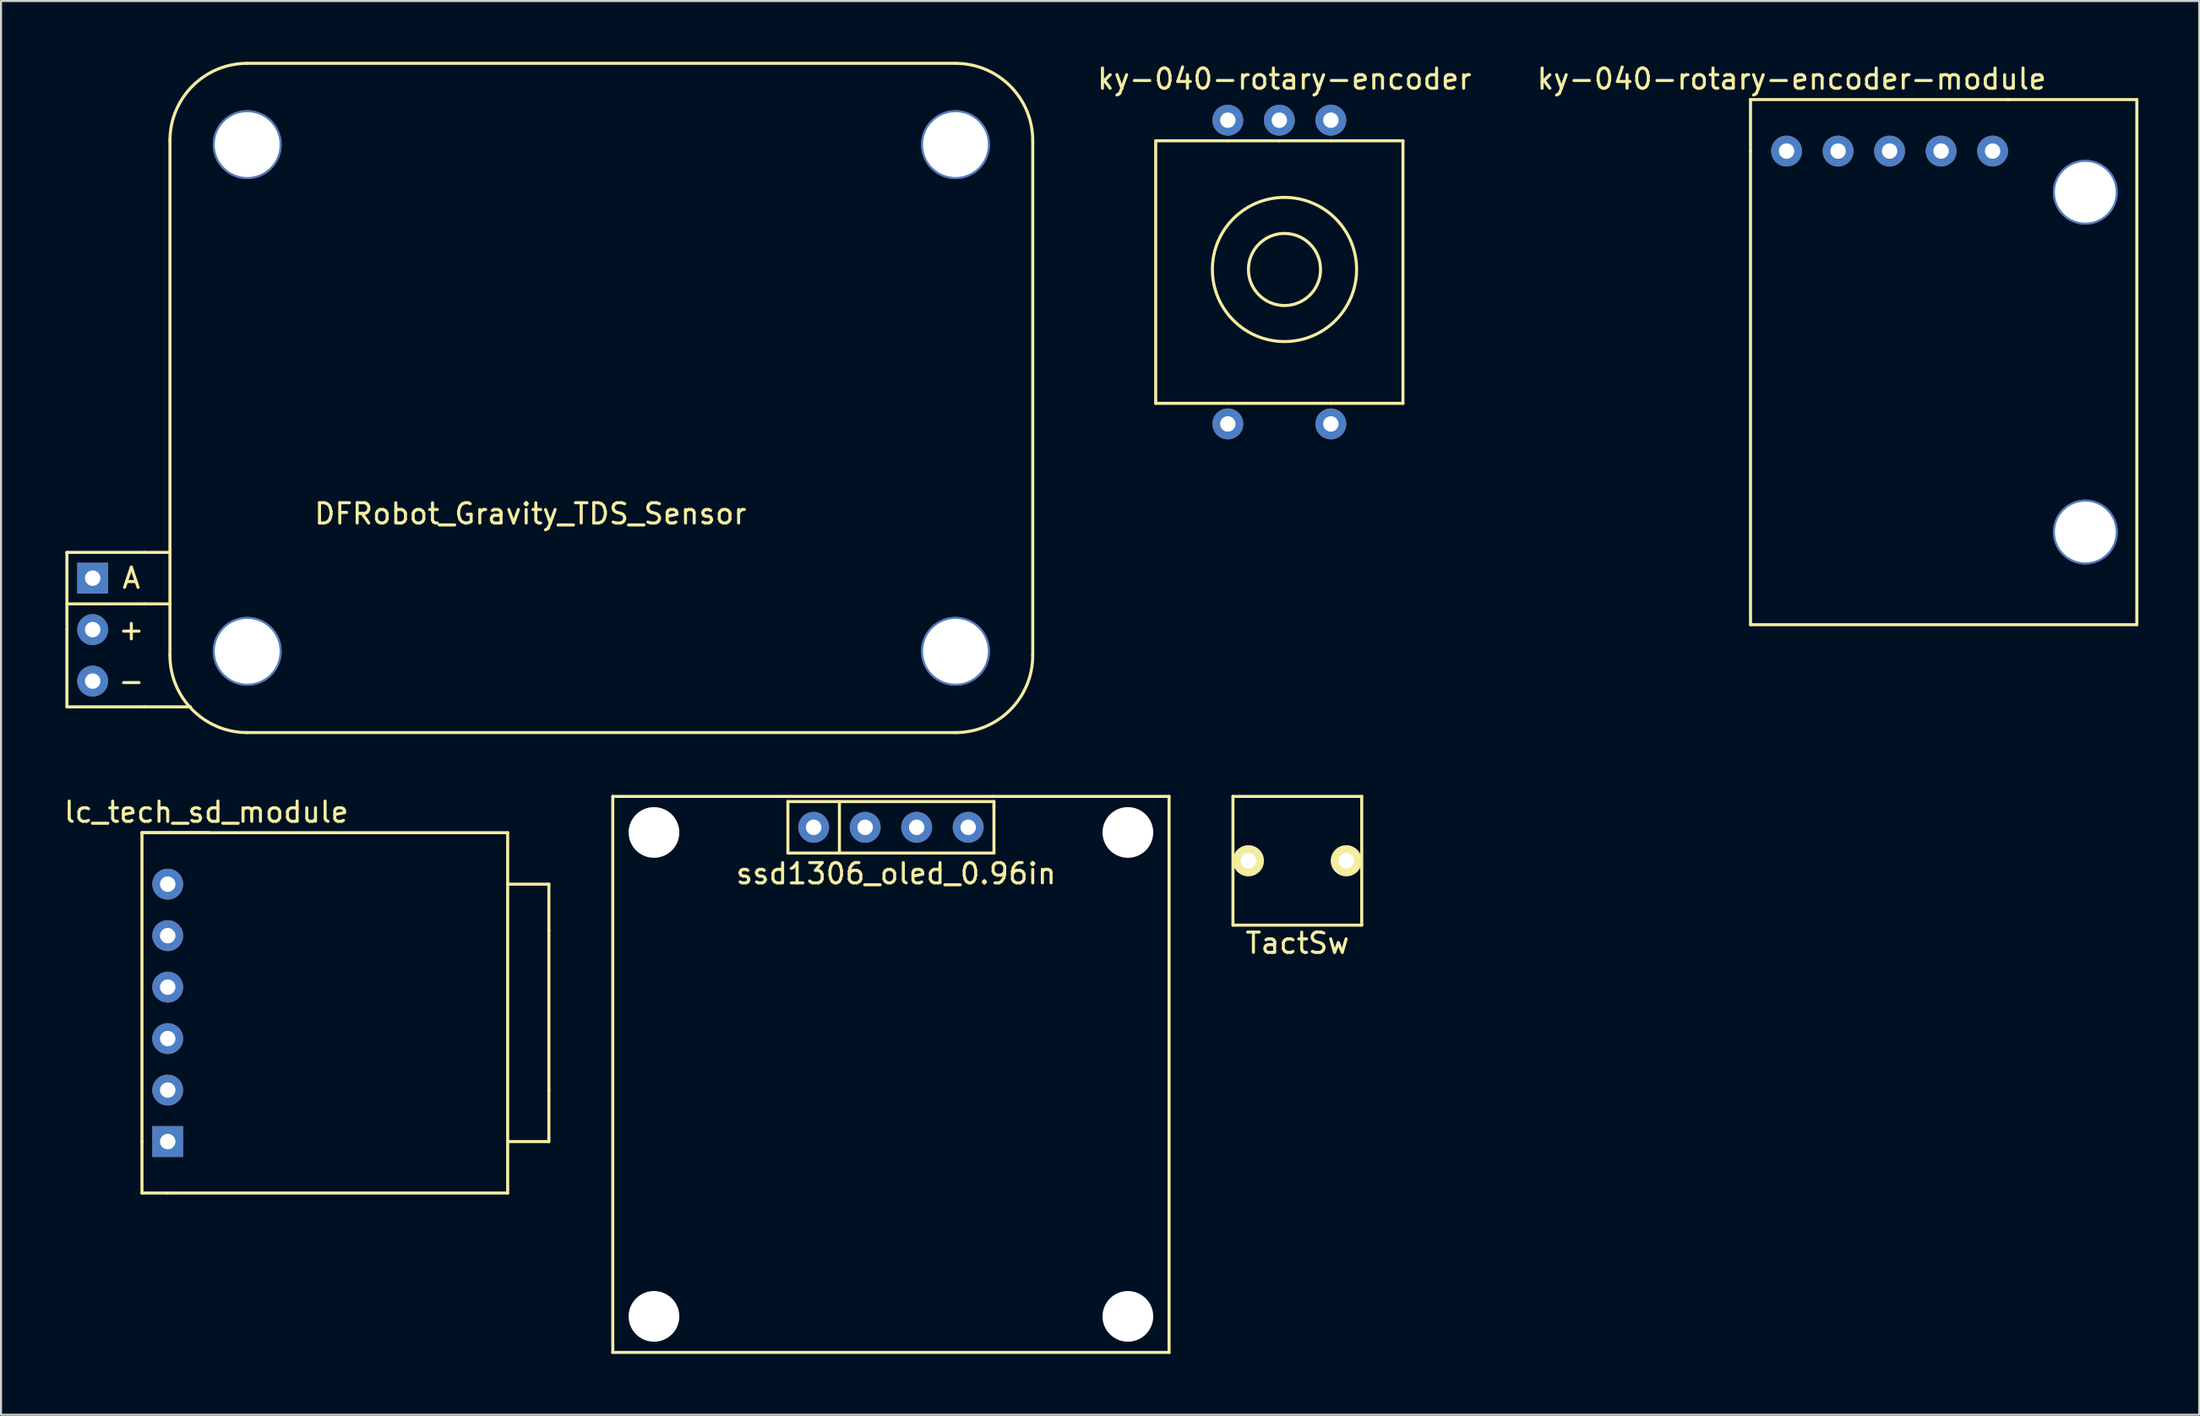
<source format=kicad_pcb>
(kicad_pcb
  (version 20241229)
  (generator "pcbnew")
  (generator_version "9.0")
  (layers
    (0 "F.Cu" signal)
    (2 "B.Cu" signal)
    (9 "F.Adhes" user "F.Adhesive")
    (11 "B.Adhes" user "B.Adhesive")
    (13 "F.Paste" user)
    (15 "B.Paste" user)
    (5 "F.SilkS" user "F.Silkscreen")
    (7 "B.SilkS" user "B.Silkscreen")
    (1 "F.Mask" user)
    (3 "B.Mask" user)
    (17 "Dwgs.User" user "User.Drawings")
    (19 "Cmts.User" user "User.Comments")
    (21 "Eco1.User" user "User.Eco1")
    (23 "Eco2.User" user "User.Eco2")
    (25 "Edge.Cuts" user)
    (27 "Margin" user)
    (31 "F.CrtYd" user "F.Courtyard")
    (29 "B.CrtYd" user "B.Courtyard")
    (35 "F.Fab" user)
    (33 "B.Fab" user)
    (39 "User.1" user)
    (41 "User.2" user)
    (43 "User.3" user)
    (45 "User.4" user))
  (footprint "ky-040-rotary-encoder"
    (layer "F.Cu")
    (at 57.495 2.88)
    (property "Reference" "ky-040-rotary-encoder" (at 2.794 -2.032 0) (layer "F.SilkS") (effects (font (size 1 1) (thickness 0.15))))
    (attr through_hole)
    (fp_line (start -3.556 1.016) (end -3.556 13.97) (stroke (width 0.15) (type solid)) (layer "F.SilkS"))
    (fp_line (start -3.556 1.016) (end 0 1.016) (stroke (width 0.15) (type solid)) (layer "F.SilkS"))
    (fp_line (start -3.556 13.97) (end 0 13.97) (stroke (width 0.15) (type solid)) (layer "F.SilkS"))
    (fp_line (start 2.54 1.016) (end 0 1.016) (stroke (width 0.15) (type solid)) (layer "F.SilkS"))
    (fp_line (start 2.54 1.016) (end 5.08 1.016) (stroke (width 0.15) (type solid)) (layer "F.SilkS"))
    (fp_line (start 5.08 13.97) (end 0 13.97) (stroke (width 0.15) (type solid)) (layer "F.SilkS"))
    (fp_line (start 8.636 1.016) (end 5.08 1.016) (stroke (width 0.15) (type solid)) (layer "F.SilkS"))
    (fp_line (start 8.636 1.016) (end 8.636 13.97) (stroke (width 0.15) (type solid)) (layer "F.SilkS"))
    (fp_line (start 8.636 13.97) (end 5.08 13.97) (stroke (width 0.15) (type solid)) (layer "F.SilkS"))
    (fp_circle (center 2.794 7.366) (end 2.794 9.144) (stroke (width 0.15) (type solid)) (fill no) (layer "F.SilkS"))
    (fp_circle (center 2.794 7.366) (end 2.794 10.922) (stroke (width 0.15) (type solid)) (fill no) (layer "F.SilkS"))
    (pad "1" thru_hole circle (at 0 0) (size 1.524 1.524) (drill 0.76) (layers "*.Cu" "*.Mask"))
    (pad "2" thru_hole circle (at 2.54 0) (size 1.524 1.524) (drill 0.76) (layers "*.Cu" "*.Mask"))
    (pad "3" thru_hole circle (at 5.08 0) (size 1.524 1.524) (drill 0.76) (layers "*.Cu" "*.Mask"))
    (pad "4" thru_hole circle (at 0 14.986) (size 1.524 1.524) (drill 0.76) (layers "*.Cu" "*.Mask"))
    (pad "5" thru_hole circle (at 5.08 14.986) (size 1.524 1.524) (drill 0.76) (layers "*.Cu" "*.Mask")))
  (footprint "DFRobot_Gravity_TDS_Sensor"
    (layer "F.Cu")
    (at 0.25 16.585)
    (property "Reference" "DFRobot_Gravity_TDS_Sensor" (at 22.86 5.715 0) (layer "F.SilkS") (effects (font (size 1 1) (thickness 0.15))))
    (attr through_hole)
    (fp_line (start 0 7.62) (end 3.81 7.62) (stroke (width 0.15) (type solid)) (layer "F.SilkS"))
    (fp_line (start 0 10.16) (end 3.81 10.16) (stroke (width 0.15) (type solid)) (layer "F.SilkS"))
    (fp_line (start 0 11.43) (end 0 7.62) (stroke (width 0.15) (type solid)) (layer "F.SilkS"))
    (fp_line (start 0 11.43) (end 0 15.24) (stroke (width 0.15) (type solid)) (layer "F.SilkS"))
    (fp_line (start 0 15.24) (end 3.81 15.24) (stroke (width 0.15) (type solid)) (layer "F.SilkS"))
    (fp_line (start 3.81 7.62) (end 5.08 7.62) (stroke (width 0.15) (type solid)) (layer "F.SilkS"))
    (fp_line (start 3.81 10.16) (end 5.08 10.16) (stroke (width 0.15) (type solid)) (layer "F.SilkS"))
    (fp_line (start 3.81 15.24) (end 6.096 15.24) (stroke (width 0.15) (type solid)) (layer "F.SilkS"))
    (fp_line (start 5.08 -12.7) (end 5.08 12.7) (stroke (width 0.15) (type solid)) (layer "F.SilkS"))
    (fp_line (start 8.89 -16.51) (end 43.815 -16.51) (stroke (width 0.15) (type solid)) (layer "F.SilkS"))
    (fp_line (start 8.89 16.51) (end 43.815 16.51) (stroke (width 0.15) (type solid)) (layer "F.SilkS"))
    (fp_line (start 47.625 12.7) (end 47.625 -12.7) (stroke (width 0.15) (type solid)) (layer "F.SilkS"))
    (fp_arc (start 5.08 -12.7) (mid 6.195923 -15.394077) (end 8.89 -16.51) (stroke (width 0.15) (type solid)) (layer "F.SilkS"))
    (fp_arc (start 8.89 16.51) (mid 6.195923 15.394077) (end 5.08 12.7) (stroke (width 0.15) (type solid)) (layer "F.SilkS"))
    (fp_arc (start 43.815 -16.51) (mid 46.509077 -15.394077) (end 47.625 -12.7) (stroke (width 0.15) (type solid)) (layer "F.SilkS"))
    (fp_arc (start 47.625 12.7) (mid 46.509077 15.394077) (end 43.815 16.51) (stroke (width 0.15) (type solid)) (layer "F.SilkS"))
    (fp_text user "-" (at 3.175 13.97 0) (layer "F.SilkS") (effects (font (size 1 1) (thickness 0.15))))
    (fp_text user "+" (at 3.175 11.43 0) (layer "F.SilkS") (effects (font (size 1 1) (thickness 0.15))))
    (fp_text user "A" (at 3.175 8.89 0) (layer "F.SilkS") (effects (font (size 1 1) (thickness 0.15))))
    (pad "" np_thru_hole circle (at 8.89 -12.5) (size 3.4 3.4) (drill 3.2) (layers "*.Cu" "*.Mask"))
    (pad "" np_thru_hole circle (at 8.89 12.5) (size 3.4 3.4) (drill 3.2) (layers "*.Cu" "*.Mask"))
    (pad "" np_thru_hole circle (at 43.815 -12.5) (size 3.4 3.4) (drill 3.2) (layers "*.Cu" "*.Mask"))
    (pad "" np_thru_hole circle (at 43.815 12.5) (size 3.4 3.4) (drill 3.2) (layers "*.Cu" "*.Mask"))
    (pad "1" thru_hole rect (at 1.27 8.89) (size 1.524 1.524) (drill 0.762) (layers "*.Cu" "*.Mask"))
    (pad "2" thru_hole circle (at 1.27 11.43) (size 1.524 1.524) (drill 0.762) (layers "*.Cu" "*.Mask"))
    (pad "3" thru_hole circle (at 1.27 13.97) (size 1.524 1.524) (drill 0.762) (layers "*.Cu" "*.Mask")))
  (footprint "TactSw"
    (layer "F.Cu")
    (at 60.923 39.42)
    (property "Reference" "TactSw" (at 0 4.064 0) (layer "F.SilkS") (effects (font (size 1 1) (thickness 0.15))))
    (attr through_hole)
    (fp_line (start -3.175 -3.175) (end 3.175 -3.175) (stroke (width 0.15) (type solid)) (layer "F.SilkS"))
    (fp_line (start -3.175 3.175) (end -3.175 -3.175) (stroke (width 0.15) (type solid)) (layer "F.SilkS"))
    (fp_line (start 3.175 -3.175) (end 3.175 3.175) (stroke (width 0.15) (type solid)) (layer "F.SilkS"))
    (fp_line (start 3.175 3.175) (end -3.175 3.175) (stroke (width 0.15) (type solid)) (layer "F.SilkS"))
    (pad "1" thru_hole circle (at -2.413 0) (size 1.524 1.524) (drill 0.762) (layers "*.Cu" "*.Mask" "F.SilkS"))
    (pad "2" thru_hole circle (at 2.413 0) (size 1.524 1.524) (drill 0.762) (layers "*.Cu" "*.Mask" "F.SilkS")))
  (footprint "ky-040-rotary-encoder-module"
    (layer "F.Cu")
    (at 85.047 4.404)
    (property "Reference" "ky-040-rotary-encoder-module" (at 0.254 -3.556 0) (layer "F.SilkS") (effects (font (size 1 1) (thickness 0.15))))
    (attr through_hole)
    (fp_line (start -1.778 -2.54) (end 10.922 -2.54) (stroke (width 0.15) (type solid)) (layer "F.SilkS"))
    (fp_line (start -1.778 0) (end -1.778 -2.54) (stroke (width 0.15) (type solid)) (layer "F.SilkS"))
    (fp_line (start -1.778 23.368) (end -1.778 0) (stroke (width 0.15) (type solid)) (layer "F.SilkS"))
    (fp_line (start 10.922 -2.54) (end 17.272 -2.54) (stroke (width 0.15) (type solid)) (layer "F.SilkS"))
    (fp_line (start 17.272 -2.54) (end 17.272 23.368) (stroke (width 0.15) (type solid)) (layer "F.SilkS"))
    (fp_line (start 17.272 23.368) (end -1.778 23.368) (stroke (width 0.15) (type solid)) (layer "F.SilkS"))
    (pad "" np_thru_hole circle (at 14.732 2.032) (size 3.2 3.2) (drill 3) (layers "*.Cu" "*.Mask"))
    (pad "" np_thru_hole circle (at 14.732 18.796) (size 3.2 3.2) (drill 3) (layers "*.Cu" "*.Mask"))
    (pad "1" thru_hole circle (at 0 0) (size 1.524 1.524) (drill 0.76) (layers "*.Cu" "*.Mask"))
    (pad "2" thru_hole circle (at 2.54 0) (size 1.524 1.524) (drill 0.76) (layers "*.Cu" "*.Mask"))
    (pad "3" thru_hole circle (at 5.08 0) (size 1.524 1.524) (drill 0.76) (layers "*.Cu" "*.Mask"))
    (pad "4" thru_hole circle (at 7.62 0) (size 1.524 1.524) (drill 0.76) (layers "*.Cu" "*.Mask"))
    (pad "5" thru_hole circle (at 10.16 0) (size 1.524 1.524) (drill 0.76) (layers "*.Cu" "*.Mask")))
  (footprint "lc_tech_sd_module"
    (layer "F.Cu")
    (at 5.22 53.274)
    (property "Reference" "lc_tech_sd_module" (at 1.905 -16.256 0) (layer "F.SilkS") (effects (font (size 1 1) (thickness 0.15))))
    (attr through_hole)
    (fp_line (start -1.27 -15.24) (end 0 -15.24) (stroke (width 0.15) (type solid)) (layer "F.SilkS"))
    (fp_line (start -1.27 -15.24) (end 16.764 -15.24) (stroke (width 0.15) (type solid)) (layer "F.SilkS"))
    (fp_line (start -1.27 0) (end -1.27 -15.24) (stroke (width 0.15) (type solid)) (layer "F.SilkS"))
    (fp_line (start -1.27 0) (end -1.27 2.54) (stroke (width 0.15) (type solid)) (layer "F.SilkS"))
    (fp_line (start 0 -15.24) (end 2.032 -15.24) (stroke (width 0.15) (type solid)) (layer "F.SilkS"))
    (fp_line (start 0 2.54) (end -1.27 2.54) (stroke (width 0.15) (type solid)) (layer "F.SilkS"))
    (fp_line (start 0 2.54) (end 16.764 2.54) (stroke (width 0.15) (type solid)) (layer "F.SilkS"))
    (fp_line (start 16.764 -12.7) (end 18.796 -12.7) (stroke (width 0.15) (type solid)) (layer "F.SilkS"))
    (fp_line (start 16.764 0) (end 18.796 0) (stroke (width 0.15) (type solid)) (layer "F.SilkS"))
    (fp_line (start 16.764 2.54) (end 16.764 -15.24) (stroke (width 0.15) (type solid)) (layer "F.SilkS"))
    (fp_line (start 18.796 -12.7) (end 18.796 -10.414) (stroke (width 0.15) (type solid)) (layer "F.SilkS"))
    (fp_line (start 18.796 -2.54) (end 18.796 -10.414) (stroke (width 0.15) (type solid)) (layer "F.SilkS"))
    (fp_line (start 18.796 0) (end 18.796 -2.54) (stroke (width 0.15) (type solid)) (layer "F.SilkS"))
    (pad "1" thru_hole rect (at 0 0) (size 1.524 1.524) (drill 0.762) (layers "*.Cu" "*.Mask"))
    (pad "2" thru_hole circle (at 0 -2.54) (size 1.524 1.524) (drill 0.762) (layers "*.Cu" "*.Mask"))
    (pad "3" thru_hole circle (at 0 -5.08) (size 1.524 1.524) (drill 0.762) (layers "*.Cu" "*.Mask"))
    (pad "4" thru_hole circle (at 0 -7.62) (size 1.524 1.524) (drill 0.762) (layers "*.Cu" "*.Mask"))
    (pad "5" thru_hole circle (at 0 -10.16) (size 1.524 1.524) (drill 0.762) (layers "*.Cu" "*.Mask"))
    (pad "6" thru_hole circle (at 0 -12.7) (size 1.524 1.524) (drill 0.762) (layers "*.Cu" "*.Mask")))
  (footprint "ssd1306_oled_0.96in"
    (layer "F.Cu")
    (at 37.072 37.769)
    (property "Reference" "ssd1306_oled_0.96in" (at 4.064 2.286 0) (layer "F.SilkS") (effects (font (size 1 1) (thickness 0.15))))
    (attr through_hole)
    (fp_line (start -9.906 -1.524) (end -9.906 25.908) (stroke (width 0.15) (type solid)) (layer "F.SilkS"))
    (fp_line (start -9.906 25.908) (end 17.526 25.908) (stroke (width 0.15) (type solid)) (layer "F.SilkS"))
    (fp_line (start -1.27 -1.27) (end -1.27 1.27) (stroke (width 0.15) (type solid)) (layer "F.SilkS"))
    (fp_line (start -1.27 1.27) (end 8.89 1.27) (stroke (width 0.15) (type solid)) (layer "F.SilkS"))
    (fp_line (start 1.27 -1.27) (end 1.27 1.27) (stroke (width 0.15) (type solid)) (layer "F.SilkS"))
    (fp_line (start 8.89 -1.524) (end -9.906 -1.524) (stroke (width 0.15) (type solid)) (layer "F.SilkS"))
    (fp_line (start 8.89 -1.27) (end -1.27 -1.27) (stroke (width 0.15) (type solid)) (layer "F.SilkS"))
    (fp_line (start 8.89 -1.016) (end 8.89 -1.27) (stroke (width 0.15) (type solid)) (layer "F.SilkS"))
    (fp_line (start 8.89 1.27) (end 8.89 -1.016) (stroke (width 0.15) (type solid)) (layer "F.SilkS"))
    (fp_line (start 17.526 -1.524) (end 8.89 -1.524) (stroke (width 0.15) (type solid)) (layer "F.SilkS"))
    (fp_line (start 17.526 25.908) (end 17.526 -1.524) (stroke (width 0.15) (type solid)) (layer "F.SilkS"))
    (pad "" np_thru_hole circle (at -7.874 0.254) (size 2.5 2.5) (drill 2.5) (layers "*.Cu" "*.Mask"))
    (pad "" np_thru_hole circle (at -7.874 24.13) (size 2.5 2.5) (drill 2.5) (layers "*.Cu" "*.Mask"))
    (pad "" np_thru_hole circle (at 15.494 0.254) (size 2.5 2.5) (drill 2.5) (layers "*.Cu" "*.Mask"))
    (pad "" np_thru_hole circle (at 15.494 24.13) (size 2.5 2.5) (drill 2.5) (layers "*.Cu" "*.Mask"))
    (pad "1" thru_hole circle (at 0 0) (size 1.524 1.524) (drill 0.762) (layers "*.Cu" "*.Mask"))
    (pad "2" thru_hole circle (at 2.54 0) (size 1.524 1.524) (drill 0.762) (layers "*.Cu" "*.Mask"))
    (pad "3" thru_hole circle (at 5.08 0) (size 1.524 1.524) (drill 0.762) (layers "*.Cu" "*.Mask"))
    (pad "4" thru_hole circle (at 7.62 0) (size 1.524 1.524) (drill 0.762) (layers "*.Cu" "*.Mask")))
  (gr_rect
    (start -3 -3)
    (end 105.394 66.752)
    (stroke (width 0.1) (type default))
    (fill no)
    (layer "Edge.Cuts")))
</source>
